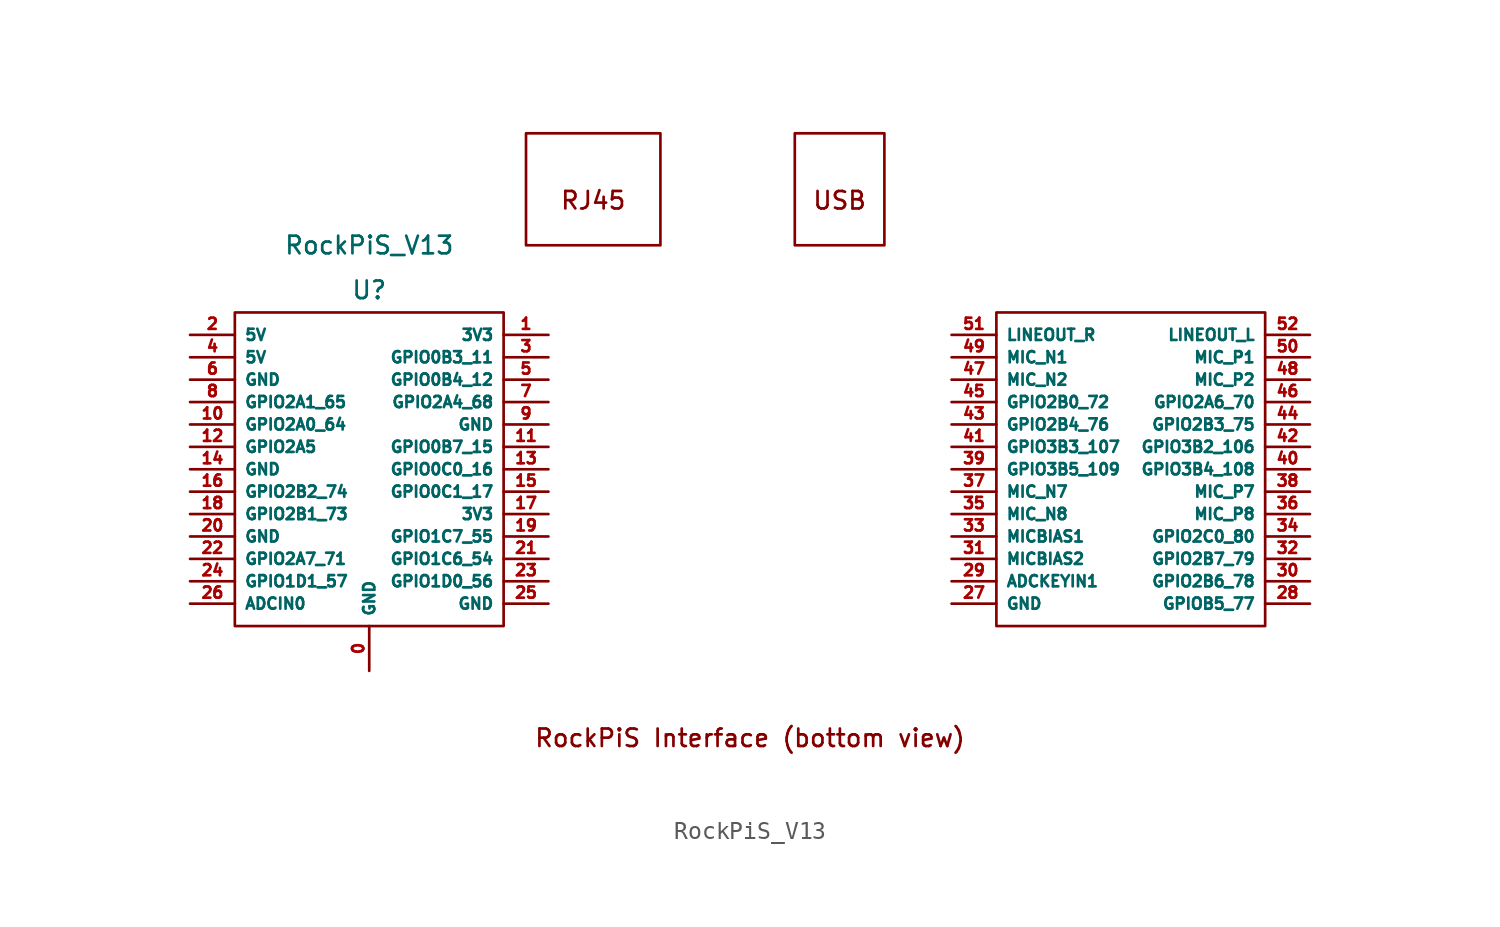
<source format=kicad_sym>
(kicad_symbol_lib
  (version 20211014)
  (generator kicad_symbol_editor)
  (symbol "RockPiS_V13"
    (property "Reference" "U"
      (at -21.59 11.43 0)
      (effects (font (size 1 1))))
    (property "Value" "RockPiS_V13"
      (at -21.59 13.97 0)
      (effects (font (size 1 1))))
    (symbol "RockPiS_V13_0_0"
      (rectangle (start -12.7 20.32) (end -5.08 13.97) (stroke (width 0.152) (type default) (color 0 0 0 0)) (fill (type none)))
      (rectangle (start 2.54 20.32) (end 7.62 13.97) (stroke (width 0.152) (type default) (color 0 0 0 0)) (fill (type none)))
      (text "RJ45" (at -8.89 16.51 0) (effects (font (size 0.991 0.991))))
      (text "RockPiS Interface (bottom view)" (at 0 -13.97 0) (effects (font (size 0.991 0.991))))
      (text "USB" (at 5.08 16.51 0) (effects (font (size 0.991 0.991)))))
    (symbol "RockPiS_V13_0_1"
      (rectangle (start -29.21 10.16) (end -13.97 -7.62) (stroke (width 0.152) (type default) (color 0 0 0 0)) (fill (type none)))
      (rectangle (start 13.97 10.16) (end 29.21 -7.62) (stroke (width 0.152) (type default) (color 0 0 0 0)) (fill (type none))))
    (symbol "RockPiS_V13_1_1"
      (pin power_in line (at -21.59 -10.16 90) (length 2.54) (name "GND" (effects (font (size 0.635 0.635)))) (number "0" (effects (font (size 0.635 0.635)))))
      (pin power_out line (at -11.43 8.89 180) (length 2.54) (name "3V3" (effects (font (size 0.635 0.635)))) (number "1" (effects (font (size 0.635 0.635)))))
      (pin bidirectional line (at -31.75 3.81 0) (length 2.54) (name "GPIO2A0_64" (effects (font (size 0.635 0.635)))) (number "10" (effects (font (size 0.635 0.635)))))
      (pin bidirectional line (at -11.43 2.54 180) (length 2.54) (name "GPIO0B7_15" (effects (font (size 0.635 0.635)))) (number "11" (effects (font (size 0.635 0.635)))))
      (pin bidirectional line (at -31.75 2.54 0) (length 2.54) (name "GPIO2A5" (effects (font (size 0.635 0.635)))) (number "12" (effects (font (size 0.635 0.635)))))
      (pin bidirectional line (at -11.43 1.27 180) (length 2.54) (name "GPIO0C0_16" (effects (font (size 0.635 0.635)))) (number "13" (effects (font (size 0.635 0.635)))))
      (pin power_in line (at -31.75 1.27 0) (length 2.54) (name "GND" (effects (font (size 0.635 0.635)))) (number "14" (effects (font (size 0.635 0.635)))))
      (pin bidirectional line (at -11.43 0 180) (length 2.54) (name "GPIO0C1_17" (effects (font (size 0.635 0.635)))) (number "15" (effects (font (size 0.635 0.635)))))
      (pin bidirectional line (at -31.75 0 0) (length 2.54) (name "GPIO2B2_74" (effects (font (size 0.635 0.635)))) (number "16" (effects (font (size 0.635 0.635)))))
      (pin power_out line (at -11.43 -1.27 180) (length 2.54) (name "3V3" (effects (font (size 0.635 0.635)))) (number "17" (effects (font (size 0.635 0.635)))))
      (pin bidirectional line (at -31.75 -1.27 0) (length 2.54) (name "GPIO2B1_73" (effects (font (size 0.635 0.635)))) (number "18" (effects (font (size 0.635 0.635)))))
      (pin bidirectional line (at -11.43 -2.54 180) (length 2.54) (name "GPIO1C7_55" (effects (font (size 0.635 0.635)))) (number "19" (effects (font (size 0.635 0.635)))))
      (pin power_in line (at -31.75 8.89 0) (length 2.54) (name "5V" (effects (font (size 0.635 0.635)))) (number "2" (effects (font (size 0.635 0.635)))))
      (pin power_in line (at -31.75 -2.54 0) (length 2.54) (name "GND" (effects (font (size 0.635 0.635)))) (number "20" (effects (font (size 0.635 0.635)))))
      (pin bidirectional line (at -11.43 -3.81 180) (length 2.54) (name "GPIO1C6_54" (effects (font (size 0.635 0.635)))) (number "21" (effects (font (size 0.635 0.635)))))
      (pin bidirectional line (at -31.75 -3.81 0) (length 2.54) (name "GPIO2A7_71" (effects (font (size 0.635 0.635)))) (number "22" (effects (font (size 0.635 0.635)))))
      (pin bidirectional line (at -11.43 -5.08 180) (length 2.54) (name "GPIO1D0_56" (effects (font (size 0.635 0.635)))) (number "23" (effects (font (size 0.635 0.635)))))
      (pin bidirectional line (at -31.75 -5.08 0) (length 2.54) (name "GPIO1D1_57" (effects (font (size 0.635 0.635)))) (number "24" (effects (font (size 0.635 0.635)))))
      (pin power_in line (at -11.43 -6.35 180) (length 2.54) (name "GND" (effects (font (size 0.635 0.635)))) (number "25" (effects (font (size 0.635 0.635)))))
      (pin input line (at -31.75 -6.35 0) (length 2.54) (name "ADCIN0" (effects (font (size 0.635 0.635)))) (number "26" (effects (font (size 0.635 0.635)))))
      (pin power_in line (at 11.43 -6.35 0) (length 2.54) (name "GND" (effects (font (size 0.635 0.635)))) (number "27" (effects (font (size 0.635 0.635)))))
      (pin bidirectional line (at 31.75 -6.35 180) (length 2.54) (name "GPIOB5_77" (effects (font (size 0.635 0.635)))) (number "28" (effects (font (size 0.635 0.635)))))
      (pin input line (at 11.43 -5.08 0) (length 2.54) (name "ADCKEYIN1" (effects (font (size 0.635 0.635)))) (number "29" (effects (font (size 0.635 0.635)))))
      (pin bidirectional line (at -11.43 7.62 180) (length 2.54) (name "GPIO0B3_11" (effects (font (size 0.635 0.635)))) (number "3" (effects (font (size 0.635 0.635)))))
      (pin bidirectional line (at 31.75 -5.08 180) (length 2.54) (name "GPIO2B6_78" (effects (font (size 0.635 0.635)))) (number "30" (effects (font (size 0.635 0.635)))))
      (pin bidirectional line (at 11.43 -3.81 0) (length 2.54) (name "MICBIAS2" (effects (font (size 0.635 0.635)))) (number "31" (effects (font (size 0.635 0.635)))))
      (pin bidirectional line (at 31.75 -3.81 180) (length 2.54) (name "GPIO2B7_79" (effects (font (size 0.635 0.635)))) (number "32" (effects (font (size 0.635 0.635)))))
      (pin bidirectional line (at 11.43 -2.54 0) (length 2.54) (name "MICBIAS1" (effects (font (size 0.635 0.635)))) (number "33" (effects (font (size 0.635 0.635)))))
      (pin bidirectional line (at 31.75 -2.54 180) (length 2.54) (name "GPIO2C0_80" (effects (font (size 0.635 0.635)))) (number "34" (effects (font (size 0.635 0.635)))))
      (pin input line (at 11.43 -1.27 0) (length 2.54) (name "MIC_N8" (effects (font (size 0.635 0.635)))) (number "35" (effects (font (size 0.635 0.635)))))
      (pin input line (at 31.75 -1.27 180) (length 2.54) (name "MIC_P8" (effects (font (size 0.635 0.635)))) (number "36" (effects (font (size 0.635 0.635)))))
      (pin input line (at 11.43 0 0) (length 2.54) (name "MIC_N7" (effects (font (size 0.635 0.635)))) (number "37" (effects (font (size 0.635 0.635)))))
      (pin input line (at 31.75 0 180) (length 2.54) (name "MIC_P7" (effects (font (size 0.635 0.635)))) (number "38" (effects (font (size 0.635 0.635)))))
      (pin bidirectional line (at 11.43 1.27 0) (length 2.54) (name "GPIO3B5_109" (effects (font (size 0.635 0.635)))) (number "39" (effects (font (size 0.635 0.635)))))
      (pin power_in line (at -31.75 7.62 0) (length 2.54) (name "5V" (effects (font (size 0.635 0.635)))) (number "4" (effects (font (size 0.635 0.635)))))
      (pin bidirectional line (at 31.75 1.27 180) (length 2.54) (name "GPIO3B4_108" (effects (font (size 0.635 0.635)))) (number "40" (effects (font (size 0.635 0.635)))))
      (pin bidirectional line (at 11.43 2.54 0) (length 2.54) (name "GPIO3B3_107" (effects (font (size 0.635 0.635)))) (number "41" (effects (font (size 0.635 0.635)))))
      (pin bidirectional line (at 31.75 2.54 180) (length 2.54) (name "GPIO3B2_106" (effects (font (size 0.635 0.635)))) (number "42" (effects (font (size 0.635 0.635)))))
      (pin bidirectional line (at 11.43 3.81 0) (length 2.54) (name "GPIO2B4_76" (effects (font (size 0.635 0.635)))) (number "43" (effects (font (size 0.635 0.635)))))
      (pin bidirectional line (at 31.75 3.81 180) (length 2.54) (name "GPIO2B3_75" (effects (font (size 0.635 0.635)))) (number "44" (effects (font (size 0.635 0.635)))))
      (pin bidirectional line (at 11.43 5.08 0) (length 2.54) (name "GPIO2B0_72" (effects (font (size 0.635 0.635)))) (number "45" (effects (font (size 0.635 0.635)))))
      (pin bidirectional line (at 31.75 5.08 180) (length 2.54) (name "GPIO2A6_70" (effects (font (size 0.635 0.635)))) (number "46" (effects (font (size 0.635 0.635)))))
      (pin input line (at 11.43 6.35 0) (length 2.54) (name "MIC_N2" (effects (font (size 0.635 0.635)))) (number "47" (effects (font (size 0.635 0.635)))))
      (pin input line (at 31.75 6.35 180) (length 2.54) (name "MIC_P2" (effects (font (size 0.635 0.635)))) (number "48" (effects (font (size 0.635 0.635)))))
      (pin input line (at 11.43 7.62 0) (length 2.54) (name "MIC_N1" (effects (font (size 0.635 0.635)))) (number "49" (effects (font (size 0.635 0.635)))))
      (pin bidirectional line (at -11.43 6.35 180) (length 2.54) (name "GPIO0B4_12" (effects (font (size 0.635 0.635)))) (number "5" (effects (font (size 0.635 0.635)))))
      (pin input line (at 31.75 7.62 180) (length 2.54) (name "MIC_P1" (effects (font (size 0.635 0.635)))) (number "50" (effects (font (size 0.635 0.635)))))
      (pin output line (at 11.43 8.89 0) (length 2.54) (name "LINEOUT_R" (effects (font (size 0.635 0.635)))) (number "51" (effects (font (size 0.635 0.635)))))
      (pin output line (at 31.75 8.89 180) (length 2.54) (name "LINEOUT_L" (effects (font (size 0.635 0.635)))) (number "52" (effects (font (size 0.635 0.635)))))
      (pin power_in line (at -31.75 6.35 0) (length 2.54) (name "GND" (effects (font (size 0.635 0.635)))) (number "6" (effects (font (size 0.635 0.635)))))
      (pin bidirectional line (at -11.43 5.08 180) (length 2.54) (name "GPIO2A4_68" (effects (font (size 0.635 0.635)))) (number "7" (effects (font (size 0.635 0.635)))))
      (pin bidirectional line (at -31.75 5.08 0) (length 2.54) (name "GPIO2A1_65" (effects (font (size 0.635 0.635)))) (number "8" (effects (font (size 0.635 0.635)))))
      (pin power_in line (at -11.43 3.81 180) (length 2.54) (name "GND" (effects (font (size 0.635 0.635)))) (number "9" (effects (font (size 0.635 0.635))))))))
</source>
